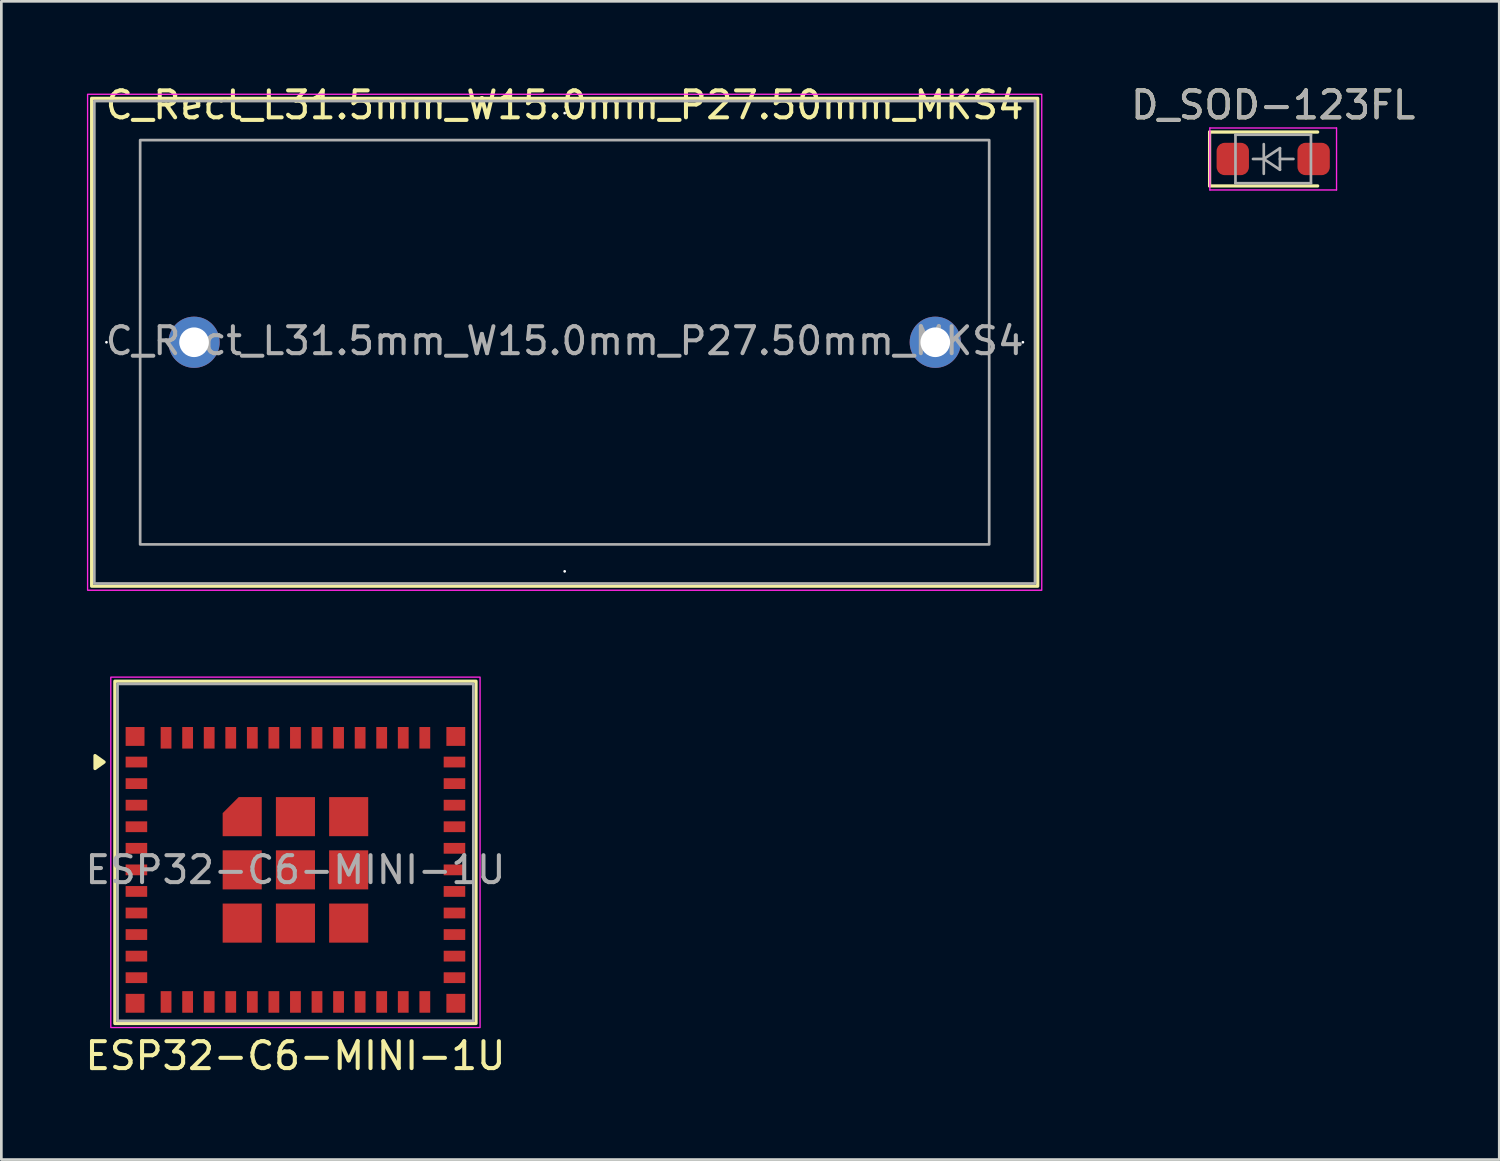
<source format=kicad_pcb>
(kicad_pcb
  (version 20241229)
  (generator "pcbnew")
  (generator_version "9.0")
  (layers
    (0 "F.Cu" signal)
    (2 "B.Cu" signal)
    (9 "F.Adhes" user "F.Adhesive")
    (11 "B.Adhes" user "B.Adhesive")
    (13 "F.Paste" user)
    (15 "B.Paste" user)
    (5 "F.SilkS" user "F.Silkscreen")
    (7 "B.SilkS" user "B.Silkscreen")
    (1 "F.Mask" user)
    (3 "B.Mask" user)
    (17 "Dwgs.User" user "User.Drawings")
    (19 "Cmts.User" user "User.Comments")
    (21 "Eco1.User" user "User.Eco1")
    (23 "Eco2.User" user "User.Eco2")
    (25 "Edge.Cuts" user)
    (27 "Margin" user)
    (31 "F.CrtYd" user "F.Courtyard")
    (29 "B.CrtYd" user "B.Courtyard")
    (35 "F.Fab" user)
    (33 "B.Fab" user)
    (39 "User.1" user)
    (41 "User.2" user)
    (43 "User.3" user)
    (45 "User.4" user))
  (footprint "D_SOD-123FL"
    (layer "F.Cu")
    (at 44.187 2.848)
    (property "Reference" "D_SOD-123FL" (at 0 -2 0) (layer "F.SilkS") (effects (font (size 1 1) (thickness 0.15))))
    (attr smd)
    (fp_line (start -2.36 -1) (end -2.36 1) (stroke (width 0.12) (type solid)) (layer "F.SilkS"))
    (fp_line (start -2.36 -1) (end 1.65 -1) (stroke (width 0.12) (type solid)) (layer "F.SilkS"))
    (fp_line (start -2.36 1) (end 1.65 1) (stroke (width 0.12) (type solid)) (layer "F.SilkS"))
    (fp_line (start -2.35 -1.15) (end -2.35 1.15) (stroke (width 0.05) (type solid)) (layer "F.CrtYd"))
    (fp_line (start -2.35 -1.15) (end 2.35 -1.15) (stroke (width 0.05) (type solid)) (layer "F.CrtYd"))
    (fp_line (start 2.35 -1.15) (end 2.35 1.15) (stroke (width 0.05) (type solid)) (layer "F.CrtYd"))
    (fp_line (start 2.35 1.15) (end -2.35 1.15) (stroke (width 0.05) (type solid)) (layer "F.CrtYd"))
    (fp_line (start -1.4 -0.9) (end 1.4 -0.9) (stroke (width 0.1) (type solid)) (layer "F.Fab"))
    (fp_line (start -1.4 0.9) (end -1.4 -0.9) (stroke (width 0.1) (type solid)) (layer "F.Fab"))
    (fp_line (start -0.75 0) (end -0.35 0) (stroke (width 0.1) (type solid)) (layer "F.Fab"))
    (fp_line (start -0.35 0) (end -0.35 -0.55) (stroke (width 0.1) (type solid)) (layer "F.Fab"))
    (fp_line (start -0.35 0) (end -0.35 0.55) (stroke (width 0.1) (type solid)) (layer "F.Fab"))
    (fp_line (start -0.35 0) (end 0.25 -0.4) (stroke (width 0.1) (type solid)) (layer "F.Fab"))
    (fp_line (start 0.25 -0.4) (end 0.25 0.4) (stroke (width 0.1) (type solid)) (layer "F.Fab"))
    (fp_line (start 0.25 0) (end 0.75 0) (stroke (width 0.1) (type solid)) (layer "F.Fab"))
    (fp_line (start 0.25 0.4) (end -0.35 0) (stroke (width 0.1) (type solid)) (layer "F.Fab"))
    (fp_line (start 1.4 -0.9) (end 1.4 0.9) (stroke (width 0.1) (type solid)) (layer "F.Fab"))
    (fp_line (start 1.4 0.9) (end -1.4 0.9) (stroke (width 0.1) (type solid)) (layer "F.Fab"))
    (fp_text user "${REFERENCE}" (at 0 -2 0) (layer "F.Fab") (effects (font (size 1 1) (thickness 0.15))))
    (pad "1" smd roundrect (at -1.5 0) (size 1.2 1.2) (layers "F.Cu" "F.Mask" "F.Paste") (roundrect_rratio 0.25))
    (pad "2" smd roundrect (at 1.5 0) (size 1.2 1.2) (layers "F.Cu" "F.Mask" "F.Paste") (roundrect_rratio 0.25)))
  (footprint "C_Rect_L31.5mm_W15.0mm_P27.50mm_MKS4"
    (layer "F.Cu")
    (at 17.9 9.648)
    (property "Reference" "C_Rect_L31.5mm_W15.0mm_P27.50mm_MKS4" (at 0 -8.8 0) (layer "F.SilkS") (effects (font (size 1 1) (thickness 0.15))))
    (attr through_hole)
    (fp_rect (start -17.55 -9.05) (end 17.55 9.05) (stroke (width 0.12) (type solid)) (fill no) (layer "F.SilkS"))
    (fp_rect (start -17.7 -9.2) (end 17.7 9.2) (stroke (width 0.05) (type solid)) (fill no) (layer "F.CrtYd"))
    (fp_rect (start -17.45 -8.95) (end 17.45 8.95) (stroke (width 0.1) (type solid)) (fill no) (layer "F.Fab"))
    (fp_rect (start -15.75 -7.5) (end 15.75 7.5) (stroke (width 0.1) (type default)) (fill no) (layer "F.Fab"))
    (fp_text user "${REFERENCE}" (at 0 -0.05 0) (layer "F.Fab") (effects (font (size 1 1) (thickness 0.15))))
    (pad "" np_thru_hole circle (at -17 0) (size 0.1 0.1) (drill 1.8) (layers "*.Cu" "*.Mask"))
    (pad "" np_thru_hole circle (at 0 -8.5) (size 0.1 0.1) (drill 1.8) (layers "*.Cu" "*.Mask"))
    (pad "" np_thru_hole circle (at 0 8.5) (size 0.1 0.1) (drill 1.8) (layers "*.Cu" "*.Mask"))
    (pad "" np_thru_hole circle (at 17 0) (size 0.1 0.1) (drill 1.8) (layers "*.Cu" "*.Mask"))
    (pad "1" thru_hole circle (at -13.75 0) (size 1.9 1.9) (drill 1.1) (layers "*.Cu" "*.Mask"))
    (pad "2" thru_hole circle (at 13.75 0) (size 1.9 1.9) (drill 1.1) (layers "*.Cu" "*.Mask")))
  (footprint "ESP32-C6-MINI-1U"
    (layer "F.Cu")
    (at 7.911 29.223)
    (property "Reference" "ESP32-C6-MINI-1U" (at 0 6.9 0) (unlocked yes) (layer "F.SilkS") (effects (font (size 1 1) (thickness 0.15))))
    (attr smd)
    (fp_rect (start -6.7 -7) (end 6.7 5.7) (stroke (width 0.12) (type solid)) (fill no) (layer "F.SilkS"))
    (fp_poly (pts (xy -7.1 -4) (xy -7.436 -3.76) (xy -7.436 -4.24) (xy -7.1 -4)) (stroke (width 0.12) (type solid)) (fill yes) (layer "F.SilkS"))
    (fp_rect (start -6.85 -7.15) (end 6.85 5.85) (stroke (width 0.05) (type default)) (fill no) (layer "F.CrtYd"))
    (fp_rect (start -6.6 -6.9) (end 6.6 5.6) (stroke (width 0.1) (type solid)) (fill no) (layer "F.Fab"))
    (fp_text user "${REFERENCE}" (at 0 0 0) (unlocked yes) (layer "F.Fab") (effects (font (size 1 1) (thickness 0.15))))
    (pad "1" smd rect (at -5.9 -4) (size 0.8 0.4) (layers "F.Cu" "F.Mask" "F.Paste"))
    (pad "2" smd rect (at -5.9 -3.2) (size 0.8 0.4) (layers "F.Cu" "F.Mask" "F.Paste"))
    (pad "3" smd rect (at -5.9 -2.4) (size 0.8 0.4) (layers "F.Cu" "F.Mask" "F.Paste"))
    (pad "4" smd rect (at -5.9 -1.6) (size 0.8 0.4) (layers "F.Cu" "F.Mask" "F.Paste"))
    (pad "5" smd rect (at -5.9 -0.8) (size 0.8 0.4) (layers "F.Cu" "F.Mask" "F.Paste"))
    (pad "6" smd rect (at -5.9 0) (size 0.8 0.4) (layers "F.Cu" "F.Mask" "F.Paste"))
    (pad "7" smd rect (at -5.9 0.8) (size 0.8 0.4) (layers "F.Cu" "F.Mask" "F.Paste"))
    (pad "8" smd rect (at -5.9 1.6) (size 0.8 0.4) (layers "F.Cu" "F.Mask" "F.Paste"))
    (pad "9" smd rect (at -5.9 2.4) (size 0.8 0.4) (layers "F.Cu" "F.Mask" "F.Paste"))
    (pad "10" smd rect (at -5.9 3.2) (size 0.8 0.4) (layers "F.Cu" "F.Mask" "F.Paste"))
    (pad "11" smd rect (at -5.9 4) (size 0.8 0.4) (layers "F.Cu" "F.Mask" "F.Paste"))
    (pad "12" smd rect (at -4.8 4.9 90) (size 0.8 0.4) (layers "F.Cu" "F.Mask" "F.Paste"))
    (pad "13" smd rect (at -4 4.9 90) (size 0.8 0.4) (layers "F.Cu" "F.Mask" "F.Paste"))
    (pad "14" smd rect (at -3.2 4.9 90) (size 0.8 0.4) (layers "F.Cu" "F.Mask" "F.Paste"))
    (pad "15" smd rect (at -2.4 4.9 90) (size 0.8 0.4) (layers "F.Cu" "F.Mask" "F.Paste"))
    (pad "16" smd rect (at -1.6 4.9 90) (size 0.8 0.4) (layers "F.Cu" "F.Mask" "F.Paste"))
    (pad "17" smd rect (at -0.8 4.9 90) (size 0.8 0.4) (layers "F.Cu" "F.Mask" "F.Paste"))
    (pad "18" smd rect (at 0 4.9 90) (size 0.8 0.4) (layers "F.Cu" "F.Mask" "F.Paste"))
    (pad "19" smd rect (at 0.8 4.9 90) (size 0.8 0.4) (layers "F.Cu" "F.Mask" "F.Paste"))
    (pad "20" smd rect (at 1.6 4.9 90) (size 0.8 0.4) (layers "F.Cu" "F.Mask" "F.Paste"))
    (pad "21" smd rect (at 2.4 4.9 90) (size 0.8 0.4) (layers "F.Cu" "F.Mask" "F.Paste"))
    (pad "22" smd rect (at 3.2 4.9 90) (size 0.8 0.4) (layers "F.Cu" "F.Mask" "F.Paste"))
    (pad "23" smd rect (at 4 4.9 90) (size 0.8 0.4) (layers "F.Cu" "F.Mask" "F.Paste"))
    (pad "24" smd rect (at 4.8 4.9 90) (size 0.8 0.4) (layers "F.Cu" "F.Mask" "F.Paste"))
    (pad "25" smd rect (at 5.9 4) (size 0.8 0.4) (layers "F.Cu" "F.Mask" "F.Paste"))
    (pad "26" smd rect (at 5.9 3.2) (size 0.8 0.4) (layers "F.Cu" "F.Mask" "F.Paste"))
    (pad "27" smd rect (at 5.9 2.4) (size 0.8 0.4) (layers "F.Cu" "F.Mask" "F.Paste"))
    (pad "28" smd rect (at 5.9 1.6) (size 0.8 0.4) (layers "F.Cu" "F.Mask" "F.Paste"))
    (pad "29" smd rect (at 5.9 0.8) (size 0.8 0.4) (layers "F.Cu" "F.Mask" "F.Paste"))
    (pad "30" smd rect (at 5.9 0) (size 0.8 0.4) (layers "F.Cu" "F.Mask" "F.Paste"))
    (pad "31" smd rect (at 5.9 -0.8) (size 0.8 0.4) (layers "F.Cu" "F.Mask" "F.Paste"))
    (pad "32" smd rect (at 5.9 -1.6) (size 0.8 0.4) (layers "F.Cu" "F.Mask" "F.Paste"))
    (pad "33" smd rect (at 5.9 -2.4) (size 0.8 0.4) (layers "F.Cu" "F.Mask" "F.Paste"))
    (pad "34" smd rect (at 5.9 -3.2) (size 0.8 0.4) (layers "F.Cu" "F.Mask" "F.Paste"))
    (pad "35" smd rect (at 5.9 -4) (size 0.8 0.4) (layers "F.Cu" "F.Mask" "F.Paste"))
    (pad "36" smd rect (at 4.8 -4.9 90) (size 0.8 0.4) (layers "F.Cu" "F.Mask" "F.Paste"))
    (pad "37" smd rect (at 4 -4.9 90) (size 0.8 0.4) (layers "F.Cu" "F.Mask" "F.Paste"))
    (pad "38" smd rect (at 3.2 -4.9 90) (size 0.8 0.4) (layers "F.Cu" "F.Mask" "F.Paste"))
    (pad "39" smd rect (at 2.4 -4.9 90) (size 0.8 0.4) (layers "F.Cu" "F.Mask" "F.Paste"))
    (pad "40" smd rect (at 1.6 -4.9 90) (size 0.8 0.4) (layers "F.Cu" "F.Mask" "F.Paste"))
    (pad "41" smd rect (at 0.8 -4.9 90) (size 0.8 0.4) (layers "F.Cu" "F.Mask" "F.Paste"))
    (pad "42" smd rect (at 0 -4.9 90) (size 0.8 0.4) (layers "F.Cu" "F.Mask" "F.Paste"))
    (pad "43" smd rect (at -0.8 -4.9 90) (size 0.8 0.4) (layers "F.Cu" "F.Mask" "F.Paste"))
    (pad "44" smd rect (at -1.6 -4.9 90) (size 0.8 0.4) (layers "F.Cu" "F.Mask" "F.Paste"))
    (pad "45" smd rect (at -2.4 -4.9 90) (size 0.8 0.4) (layers "F.Cu" "F.Mask" "F.Paste"))
    (pad "46" smd rect (at -3.2 -4.9 90) (size 0.8 0.4) (layers "F.Cu" "F.Mask" "F.Paste"))
    (pad "47" smd rect (at -4 -4.9 90) (size 0.8 0.4) (layers "F.Cu" "F.Mask" "F.Paste"))
    (pad "48" smd rect (at -4.8 -4.9 90) (size 0.8 0.4) (layers "F.Cu" "F.Mask" "F.Paste"))
    (pad "49" smd roundrect (at -1.975 -1.975) (size 1.45 1.45) (property pad_prop_heatsink) (layers "F.Cu" "F.Mask" "F.Paste") (roundrect_rratio 0) (chamfer_ratio 0.41) (chamfer top_left))
    (pad "49" smd rect (at -1.975 0) (size 1.45 1.45) (property pad_prop_heatsink) (layers "F.Cu" "F.Mask" "F.Paste"))
    (pad "49" smd rect (at -1.975 1.975) (size 1.45 1.45) (property pad_prop_heatsink) (layers "F.Cu" "F.Mask" "F.Paste"))
    (pad "49" smd rect (at 0 -1.975) (size 1.45 1.45) (property pad_prop_heatsink) (layers "F.Cu" "F.Mask" "F.Paste"))
    (pad "49" smd rect (at 0 0) (size 1.45 1.45) (property pad_prop_heatsink) (layers "F.Cu" "F.Mask" "F.Paste"))
    (pad "49" smd rect (at 0 1.975) (size 1.45 1.45) (property pad_prop_heatsink) (layers "F.Cu" "F.Mask" "F.Paste"))
    (pad "49" smd rect (at 1.975 -1.975) (size 1.45 1.45) (property pad_prop_heatsink) (layers "F.Cu" "F.Mask" "F.Paste"))
    (pad "49" smd rect (at 1.975 0) (size 1.45 1.45) (property pad_prop_heatsink) (layers "F.Cu" "F.Mask" "F.Paste"))
    (pad "49" smd rect (at 1.975 1.975) (size 1.45 1.45) (property pad_prop_heatsink) (layers "F.Cu" "F.Mask" "F.Paste"))
    (pad "50" smd rect (at 5.95 -4.95) (size 0.7 0.7) (layers "F.Cu" "F.Mask" "F.Paste"))
    (pad "51" smd rect (at 5.95 4.95) (size 0.7 0.7) (layers "F.Cu" "F.Mask" "F.Paste"))
    (pad "52" smd rect (at -5.95 4.95) (size 0.7 0.7) (layers "F.Cu" "F.Mask" "F.Paste"))
    (pad "53" smd rect (at -5.95 -4.95) (size 0.7 0.7) (layers "F.Cu" "F.Mask" "F.Paste")))
  (gr_rect
    (start -3 -3)
    (end 52.574 39.971)
    (stroke (width 0.1) (type default))
    (fill no)
    (layer "Edge.Cuts")))
</source>
